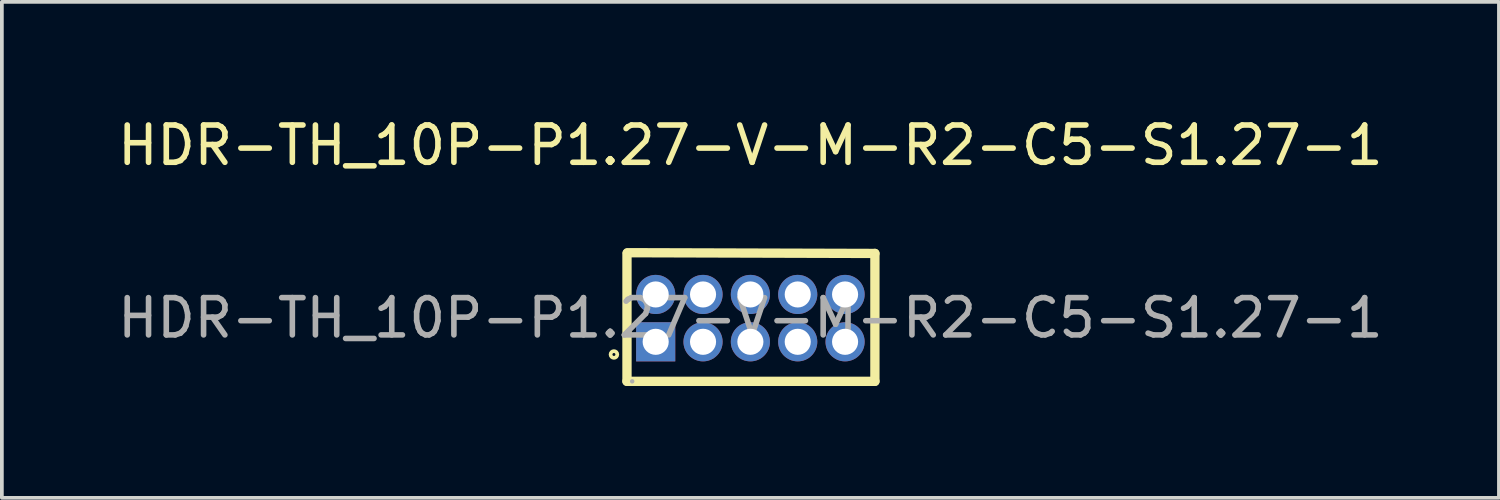
<source format=kicad_pcb>
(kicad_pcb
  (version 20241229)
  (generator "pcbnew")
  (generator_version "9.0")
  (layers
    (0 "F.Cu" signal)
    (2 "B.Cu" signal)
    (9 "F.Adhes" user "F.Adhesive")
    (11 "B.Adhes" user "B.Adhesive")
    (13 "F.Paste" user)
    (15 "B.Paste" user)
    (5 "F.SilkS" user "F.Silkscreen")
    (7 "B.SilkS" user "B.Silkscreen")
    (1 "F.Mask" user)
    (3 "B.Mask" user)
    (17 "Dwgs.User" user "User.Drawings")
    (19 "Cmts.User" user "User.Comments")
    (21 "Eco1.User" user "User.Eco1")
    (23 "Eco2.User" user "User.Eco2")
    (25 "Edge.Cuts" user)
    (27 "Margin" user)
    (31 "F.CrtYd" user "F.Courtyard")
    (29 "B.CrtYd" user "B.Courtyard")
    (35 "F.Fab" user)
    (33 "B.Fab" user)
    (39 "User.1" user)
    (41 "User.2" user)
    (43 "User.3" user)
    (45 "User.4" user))
  (footprint "HDR-TH_10P-P1.27-V-M-R2-C5-S1.27-1"
    (layer "F.Cu")
    (at 17.077 5.478)
    (property "Reference" "HDR-TH_10P-P1.27-V-M-R2-C5-S1.27-1" (at 0 -4.63 0) (layer "F.SilkS") (effects (font (size 1 1) (thickness 0.15))))
    (attr through_hole)
    (fp_line (start -3.31 1.7) (end -3.31 -1.73) (stroke (width 0.25) (type solid)) (layer "F.SilkS"))
    (fp_line (start -3.3 -1.75) (end 3.34 -1.73) (stroke (width 0.25) (type solid)) (layer "F.SilkS"))
    (fp_line (start 3.34 -1.73) (end 3.34 1.7) (stroke (width 0.25) (type solid)) (layer "F.SilkS"))
    (fp_line (start 3.34 1.7) (end -3.31 1.7) (stroke (width 0.25) (type solid)) (layer "F.SilkS"))
    (fp_circle (center -3.66 0.98) (end -3.57 0.98) (stroke (width 0.1) (type solid)) (fill no) (layer "F.SilkS"))
    (fp_circle (center -3.17 1.7) (end -3.14 1.7) (stroke (width 0.06) (type solid)) (fill no) (layer "F.Fab"))
    (fp_text user "${REFERENCE}" (at 0 0 0) (layer "F.Fab") (effects (font (size 1 1) (thickness 0.15))))
    (pad "1" thru_hole rect (at -2.54 0.64) (size 1.05 1.05) (drill 0.7) (layers "*.Cu" "*.Mask"))
    (pad "2" thru_hole circle (at -2.54 -0.63) (size 1.05 1.05) (drill 0.7) (layers "*.Cu" "*.Mask"))
    (pad "3" thru_hole circle (at -1.27 0.64) (size 1.05 1.05) (drill 0.7) (layers "*.Cu" "*.Mask"))
    (pad "4" thru_hole circle (at -1.27 -0.63) (size 1.05 1.05) (drill 0.7) (layers "*.Cu" "*.Mask"))
    (pad "5" thru_hole circle (at 0 0.64) (size 1.05 1.05) (drill 0.7) (layers "*.Cu" "*.Mask"))
    (pad "6" thru_hole circle (at 0 -0.63) (size 1.05 1.05) (drill 0.7) (layers "*.Cu" "*.Mask"))
    (pad "7" thru_hole circle (at 1.27 0.64) (size 1.05 1.05) (drill 0.7) (layers "*.Cu" "*.Mask"))
    (pad "8" thru_hole circle (at 1.27 -0.63) (size 1.05 1.05) (drill 0.7) (layers "*.Cu" "*.Mask"))
    (pad "9" thru_hole circle (at 2.54 0.64) (size 1.05 1.05) (drill 0.7) (layers "*.Cu" "*.Mask"))
    (pad "10" thru_hole circle (at 2.54 -0.63) (size 1.05 1.05) (drill 0.7) (layers "*.Cu" "*.Mask")))
  (gr_rect
    (start -3 -3)
    (end 37.155 10.303)
    (stroke (width 0.1) (type default))
    (fill no)
    (layer "Edge.Cuts")))
</source>
